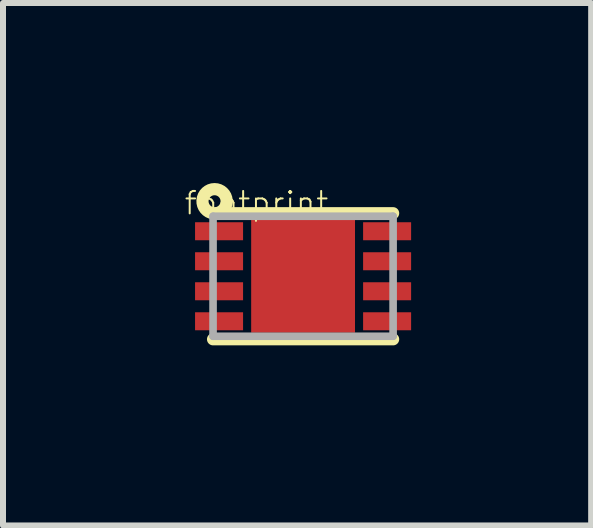
<source format=kicad_pcb>
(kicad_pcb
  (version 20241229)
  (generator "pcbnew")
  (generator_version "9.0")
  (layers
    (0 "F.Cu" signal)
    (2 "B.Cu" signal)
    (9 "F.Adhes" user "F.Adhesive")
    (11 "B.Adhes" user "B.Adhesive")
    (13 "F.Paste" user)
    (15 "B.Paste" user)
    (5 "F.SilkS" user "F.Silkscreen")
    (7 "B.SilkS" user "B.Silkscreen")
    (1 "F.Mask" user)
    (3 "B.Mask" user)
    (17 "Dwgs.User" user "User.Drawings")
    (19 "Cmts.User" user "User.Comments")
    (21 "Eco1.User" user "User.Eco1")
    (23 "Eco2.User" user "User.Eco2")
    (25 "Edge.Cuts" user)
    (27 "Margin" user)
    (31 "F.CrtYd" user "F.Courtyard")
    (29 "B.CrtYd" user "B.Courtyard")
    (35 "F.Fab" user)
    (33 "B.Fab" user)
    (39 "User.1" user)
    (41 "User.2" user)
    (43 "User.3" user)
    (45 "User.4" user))
  (footprint "footprint"
    (layer "F.Cu")
    (at 2 1.553)
    (property "Reference" "footprint" (at -2 -1 0) (layer "F.SilkS") (effects (font (size 0.374 0.374) (thickness 0.033)) (justify left bottom)))
    (fp_poly (pts (xy -1.8 -0.6) (xy -1 -0.6) (xy -1 -0.9) (xy -1.8 -0.9)) (stroke (width 0) (type solid)) (fill yes) (layer "F.Mask"))
    (fp_poly (pts (xy -1.8 -0.6) (xy -1 -0.6) (xy -1 -0.9) (xy -1.8 -0.9)) (stroke (width 0) (type solid)) (fill yes) (layer "F.Mask"))
    (fp_poly (pts (xy -1.8 -0.1) (xy -1 -0.1) (xy -1 -0.4) (xy -1.8 -0.4)) (stroke (width 0) (type solid)) (fill yes) (layer "F.Mask"))
    (fp_poly (pts (xy -1.8 0.4) (xy -1 0.4) (xy -1 0.1) (xy -1.8 0.1)) (stroke (width 0) (type solid)) (fill yes) (layer "F.Mask"))
    (fp_poly (pts (xy -1.8 0.9) (xy -1 0.9) (xy -1 0.6) (xy -1.8 0.6)) (stroke (width 0) (type solid)) (fill yes) (layer "F.Mask"))
    (fp_poly (pts (xy -0.865 0.94) (xy 0.865 0.94) (xy 0.865 -0.94) (xy -0.865 -0.94)) (stroke (width 0) (type solid)) (fill yes) (layer "F.Mask"))
    (fp_poly (pts (xy 1 -0.6) (xy 1.8 -0.6) (xy 1.8 -0.9) (xy 1 -0.9)) (stroke (width 0) (type solid)) (fill yes) (layer "F.Mask"))
    (fp_poly (pts (xy 1 -0.1) (xy 1.8 -0.1) (xy 1.8 -0.4) (xy 1 -0.4)) (stroke (width 0) (type solid)) (fill yes) (layer "F.Mask"))
    (fp_poly (pts (xy 1 0.4) (xy 1.8 0.4) (xy 1.8 0.1) (xy 1 0.1)) (stroke (width 0) (type solid)) (fill yes) (layer "F.Mask"))
    (fp_poly (pts (xy 1 0.9) (xy 1.8 0.9) (xy 1.8 0.6) (xy 1 0.6)) (stroke (width 0) (type solid)) (fill yes) (layer "F.Mask"))
    (fp_line (start -1.5 -1.05) (end -1.45 -1.05) (stroke (width 0.127) (type solid)) (layer "F.SilkS"))
    (fp_line (start -1.5 1.05) (end 1.5 1.05) (stroke (width 0.203) (type solid)) (layer "F.SilkS"))
    (fp_line (start -1.45 -1.05) (end 1.5 -1.05) (stroke (width 0.203) (type solid)) (layer "F.SilkS"))
    (fp_arc (start -1.5 -1.05) (mid -1.475 -1.451554) (end -1.45 -1.05) (stroke (width 0.2032) (type solid)) (layer "F.SilkS"))
    (fp_poly (pts (xy -1.778 -0.114) (xy -1.024 -0.114) (xy -1.024 -0.378) (xy -1.778 -0.378)) (stroke (width 0) (type solid)) (fill yes) (layer "F.Paste"))
    (fp_poly (pts (xy -1.778 0.381) (xy -1.024 0.381) (xy -1.024 0.117) (xy -1.778 0.117)) (stroke (width 0) (type solid)) (fill yes) (layer "F.Paste"))
    (fp_poly (pts (xy -1.778 0.884) (xy -1.024 0.884) (xy -1.024 0.62) (xy -1.778 0.62)) (stroke (width 0) (type solid)) (fill yes) (layer "F.Paste"))
    (fp_poly (pts (xy -1.775 -0.617) (xy -1.021 -0.617) (xy -1.021 -0.881) (xy -1.775 -0.881)) (stroke (width 0) (type solid)) (fill yes) (layer "F.Paste"))
    (fp_poly (pts (xy -0.33 0.33) (xy 0.33 0.33) (xy 0.33 -0.33) (xy -0.33 -0.33)) (stroke (width 0) (type solid)) (fill yes) (layer "F.Paste"))
    (fp_poly (pts (xy 1.021 -0.617) (xy 1.775 -0.617) (xy 1.775 -0.881) (xy 1.021 -0.881)) (stroke (width 0) (type solid)) (fill yes) (layer "F.Paste"))
    (fp_poly (pts (xy 1.024 -0.119) (xy 1.778 -0.119) (xy 1.778 -0.384) (xy 1.024 -0.384)) (stroke (width 0) (type solid)) (fill yes) (layer "F.Paste"))
    (fp_poly (pts (xy 1.024 0.381) (xy 1.778 0.381) (xy 1.778 0.117) (xy 1.024 0.117)) (stroke (width 0) (type solid)) (fill yes) (layer "F.Paste"))
    (fp_poly (pts (xy 1.026 0.881) (xy 1.781 0.881) (xy 1.781 0.617) (xy 1.026 0.617)) (stroke (width 0) (type solid)) (fill yes) (layer "F.Paste"))
    (fp_line (start -1.5 -1) (end -1.5 1) (stroke (width 0.127) (type solid)) (layer "F.Fab"))
    (fp_line (start -1.5 1) (end 1.5 1) (stroke (width 0.127) (type solid)) (layer "F.Fab"))
    (fp_line (start 1.5 -1) (end -1.5 -1) (stroke (width 0.127) (type solid)) (layer "F.Fab"))
    (fp_line (start 1.5 1) (end 1.5 -1) (stroke (width 0.127) (type solid)) (layer "F.Fab"))
    (pad "1" smd rect (at -1.4 -0.75) (size 0.8 0.3) (layers "F.Cu"))
    (pad "2" smd rect (at -1.4 -0.25) (size 0.8 0.3) (layers "F.Cu"))
    (pad "3" smd rect (at -1.4 0.25) (size 0.8 0.3) (layers "F.Cu"))
    (pad "4" smd rect (at -1.4 0.75) (size 0.8 0.3) (layers "F.Cu"))
    (pad "5" smd rect (at 1.4 0.75) (size 0.8 0.3) (layers "F.Cu"))
    (pad "6" smd rect (at 1.4 0.25) (size 0.8 0.3) (layers "F.Cu"))
    (pad "7" smd rect (at 1.4 -0.25) (size 0.8 0.3) (layers "F.Cu"))
    (pad "8" smd rect (at 1.4 -0.75) (size 0.8 0.3) (layers "F.Cu"))
    (pad "EP" smd rect (at 0 0) (size 1.73 1.88) (layers "F.Cu")))
  (gr_rect
    (start -3 -3)
    (end 6.8 5.705)
    (stroke (width 0.1) (type default))
    (fill no)
    (layer "Edge.Cuts")))
</source>
